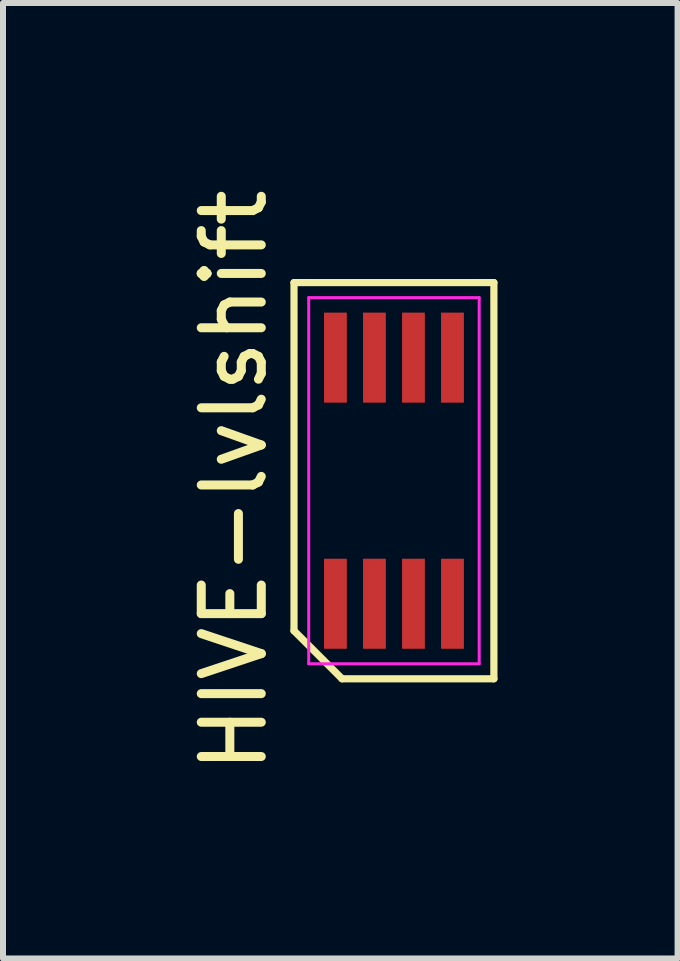
<source format=kicad_pcb>
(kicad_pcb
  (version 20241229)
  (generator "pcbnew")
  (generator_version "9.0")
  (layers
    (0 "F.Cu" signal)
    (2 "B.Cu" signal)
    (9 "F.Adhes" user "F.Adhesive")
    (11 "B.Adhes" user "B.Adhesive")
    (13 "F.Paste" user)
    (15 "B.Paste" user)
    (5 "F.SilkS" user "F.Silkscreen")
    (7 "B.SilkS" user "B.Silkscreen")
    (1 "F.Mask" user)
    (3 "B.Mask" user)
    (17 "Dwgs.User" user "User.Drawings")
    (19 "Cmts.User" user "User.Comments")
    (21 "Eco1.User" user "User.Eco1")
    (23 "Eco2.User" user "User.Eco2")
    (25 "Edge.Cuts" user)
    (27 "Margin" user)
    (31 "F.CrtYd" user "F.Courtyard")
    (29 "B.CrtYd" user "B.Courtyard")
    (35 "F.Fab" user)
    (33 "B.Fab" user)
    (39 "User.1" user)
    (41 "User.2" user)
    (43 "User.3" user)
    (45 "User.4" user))
  (footprint "HIVE-lvlshift"
    (layer "F.Cu")
    (at 3.513 4.958)
    (property "Reference" "HIVE-lvlshift" (at -2.665 0 90) (layer "F.SilkS") (effects (font (size 1 1) (thickness 0.15))))
    (attr smd)
    (fp_line (start -1.665 -3.3) (end 1.665 -3.3) (stroke (width 0.12) (type solid)) (layer "F.SilkS"))
    (fp_line (start -1.665 2.5) (end -1.665 -3.3) (stroke (width 0.12) (type solid)) (layer "F.SilkS"))
    (fp_line (start -0.865 3.3) (end -1.665 2.5) (stroke (width 0.12) (type solid)) (layer "F.SilkS"))
    (fp_line (start 1.665 -3.3) (end 1.665 3.3) (stroke (width 0.12) (type solid)) (layer "F.SilkS"))
    (fp_line (start 1.665 3.3) (end -0.865 3.3) (stroke (width 0.12) (type solid)) (layer "F.SilkS"))
    (fp_line (start -1.42 -3.05) (end 1.42 -3.05) (stroke (width 0.05) (type solid)) (layer "F.CrtYd"))
    (fp_line (start -1.42 3.05) (end -1.42 -3.05) (stroke (width 0.05) (type solid)) (layer "F.CrtYd"))
    (fp_line (start 1.42 -3.05) (end 1.42 3.05) (stroke (width 0.05) (type solid)) (layer "F.CrtYd"))
    (fp_line (start 1.42 3.05) (end -1.42 3.05) (stroke (width 0.05) (type solid)) (layer "F.CrtYd"))
    (pad "1" smd rect (at -0.975 2.05) (size 0.38 1.5) (layers "F.Cu" "F.Mask" "F.Paste"))
    (pad "2" smd rect (at -0.325 2.05) (size 0.38 1.5) (layers "F.Cu" "F.Mask" "F.Paste"))
    (pad "3" smd rect (at 0.325 2.05) (size 0.38 1.5) (layers "F.Cu" "F.Mask" "F.Paste"))
    (pad "4" smd rect (at 0.975 2.05) (size 0.38 1.5) (layers "F.Cu" "F.Mask" "F.Paste"))
    (pad "5" smd rect (at 0.975 -2.05) (size 0.38 1.5) (layers "F.Cu" "F.Mask" "F.Paste"))
    (pad "6" smd rect (at 0.325 -2.05) (size 0.38 1.5) (layers "F.Cu" "F.Mask" "F.Paste"))
    (pad "7" smd rect (at -0.325 -2.05) (size 0.38 1.5) (layers "F.Cu" "F.Mask" "F.Paste"))
    (pad "8" smd rect (at -0.975 -2.05) (size 0.38 1.5) (layers "F.Cu" "F.Mask" "F.Paste")))
  (gr_rect
    (start -3 -3)
    (end 8.238 12.917)
    (stroke (width 0.1) (type default))
    (fill no)
    (layer "Edge.Cuts")))
</source>
